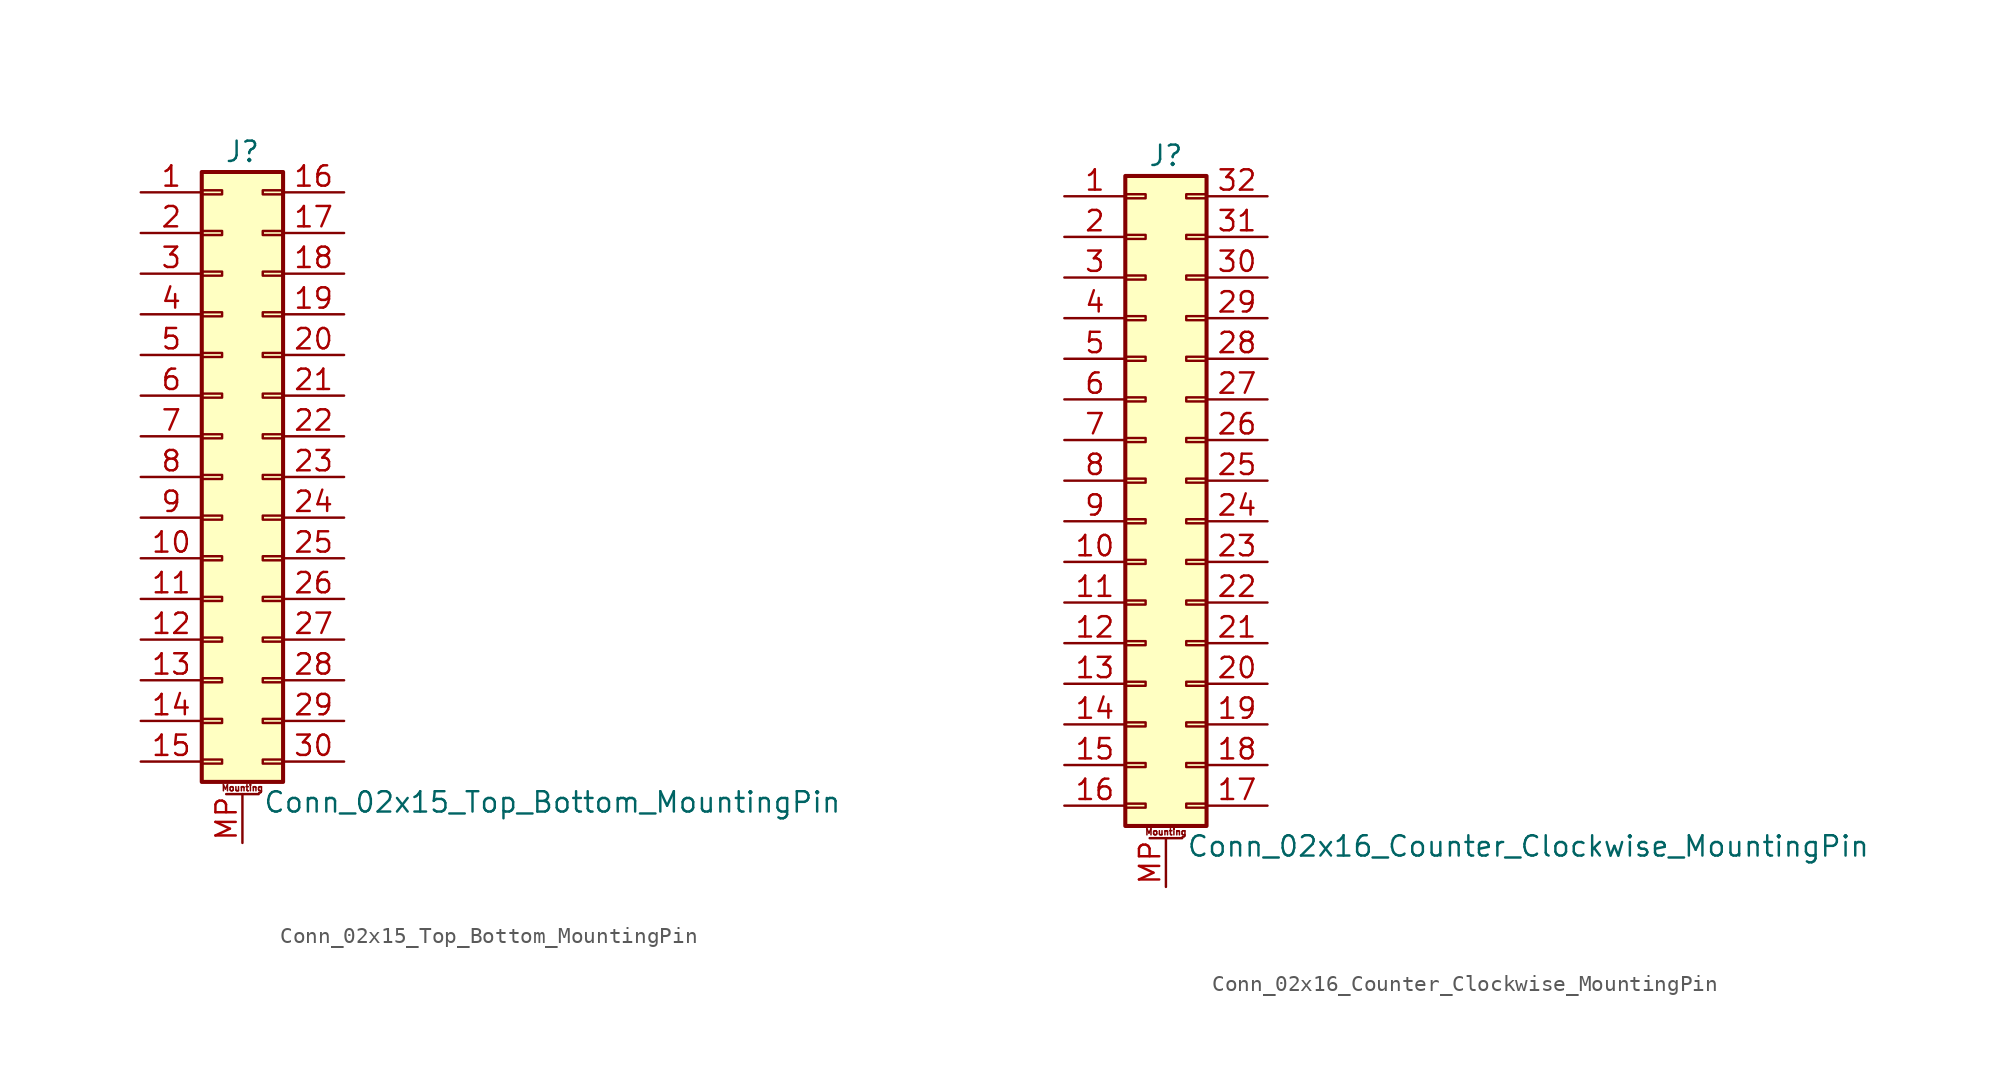
<source format=kicad_sym>
(kicad_symbol_lib
  (version 20211014)
  (generator kicad_symbol_editor)
  (symbol "Conn_02x15_Top_Bottom_MountingPin"
    (pin_names
      (offset 1.016) hide)
    (property "Reference" "J"
      (at 1.27 20.32 0)
      (effects (font (size 1.27 1.27))))
    (property "Value" "Conn_02x15_Top_Bottom_MountingPin"
      (at 2.54 -20.32 0)
      (effects (font (size 1.27 1.27)) (justify left)))
    (symbol "Conn_02x15_Top_Bottom_MountingPin_1_1"
      (rectangle (start -1.27 -17.653) (end 0 -17.907) (stroke (width 0.152) (type default) (color 0 0 0 0)) (fill (type none)))
      (rectangle (start -1.27 -15.113) (end 0 -15.367) (stroke (width 0.152) (type default) (color 0 0 0 0)) (fill (type none)))
      (rectangle (start -1.27 -12.573) (end 0 -12.827) (stroke (width 0.152) (type default) (color 0 0 0 0)) (fill (type none)))
      (rectangle (start -1.27 -10.033) (end 0 -10.287) (stroke (width 0.152) (type default) (color 0 0 0 0)) (fill (type none)))
      (rectangle (start -1.27 -7.493) (end 0 -7.747) (stroke (width 0.152) (type default) (color 0 0 0 0)) (fill (type none)))
      (rectangle (start -1.27 -4.953) (end 0 -5.207) (stroke (width 0.152) (type default) (color 0 0 0 0)) (fill (type none)))
      (rectangle (start -1.27 -2.413) (end 0 -2.667) (stroke (width 0.152) (type default) (color 0 0 0 0)) (fill (type none)))
      (rectangle (start -1.27 0.127) (end 0 -0.127) (stroke (width 0.152) (type default) (color 0 0 0 0)) (fill (type none)))
      (rectangle (start -1.27 2.667) (end 0 2.413) (stroke (width 0.152) (type default) (color 0 0 0 0)) (fill (type none)))
      (rectangle (start -1.27 5.207) (end 0 4.953) (stroke (width 0.152) (type default) (color 0 0 0 0)) (fill (type none)))
      (rectangle (start -1.27 7.747) (end 0 7.493) (stroke (width 0.152) (type default) (color 0 0 0 0)) (fill (type none)))
      (rectangle (start -1.27 10.287) (end 0 10.033) (stroke (width 0.152) (type default) (color 0 0 0 0)) (fill (type none)))
      (rectangle (start -1.27 12.827) (end 0 12.573) (stroke (width 0.152) (type default) (color 0 0 0 0)) (fill (type none)))
      (rectangle (start -1.27 15.367) (end 0 15.113) (stroke (width 0.152) (type default) (color 0 0 0 0)) (fill (type none)))
      (rectangle (start -1.27 17.907) (end 0 17.653) (stroke (width 0.152) (type default) (color 0 0 0 0)) (fill (type none)))
      (rectangle (start -1.27 19.05) (end 3.81 -19.05) (stroke (width 0.254) (type default) (color 0 0 0 0)) (fill (type background)))
      (polyline (pts (xy 0.254 -19.812) (xy 2.286 -19.812)) (stroke (width 0.152) (type default) (color 0 0 0 0)) (fill (type none)))
      (rectangle (start 3.81 -17.653) (end 2.54 -17.907) (stroke (width 0.152) (type default) (color 0 0 0 0)) (fill (type none)))
      (rectangle (start 3.81 -15.113) (end 2.54 -15.367) (stroke (width 0.152) (type default) (color 0 0 0 0)) (fill (type none)))
      (rectangle (start 3.81 -12.573) (end 2.54 -12.827) (stroke (width 0.152) (type default) (color 0 0 0 0)) (fill (type none)))
      (rectangle (start 3.81 -10.033) (end 2.54 -10.287) (stroke (width 0.152) (type default) (color 0 0 0 0)) (fill (type none)))
      (rectangle (start 3.81 -7.493) (end 2.54 -7.747) (stroke (width 0.152) (type default) (color 0 0 0 0)) (fill (type none)))
      (rectangle (start 3.81 -4.953) (end 2.54 -5.207) (stroke (width 0.152) (type default) (color 0 0 0 0)) (fill (type none)))
      (rectangle (start 3.81 -2.413) (end 2.54 -2.667) (stroke (width 0.152) (type default) (color 0 0 0 0)) (fill (type none)))
      (rectangle (start 3.81 0.127) (end 2.54 -0.127) (stroke (width 0.152) (type default) (color 0 0 0 0)) (fill (type none)))
      (rectangle (start 3.81 2.667) (end 2.54 2.413) (stroke (width 0.152) (type default) (color 0 0 0 0)) (fill (type none)))
      (rectangle (start 3.81 5.207) (end 2.54 4.953) (stroke (width 0.152) (type default) (color 0 0 0 0)) (fill (type none)))
      (rectangle (start 3.81 7.747) (end 2.54 7.493) (stroke (width 0.152) (type default) (color 0 0 0 0)) (fill (type none)))
      (rectangle (start 3.81 10.287) (end 2.54 10.033) (stroke (width 0.152) (type default) (color 0 0 0 0)) (fill (type none)))
      (rectangle (start 3.81 12.827) (end 2.54 12.573) (stroke (width 0.152) (type default) (color 0 0 0 0)) (fill (type none)))
      (rectangle (start 3.81 15.367) (end 2.54 15.113) (stroke (width 0.152) (type default) (color 0 0 0 0)) (fill (type none)))
      (rectangle (start 3.81 17.907) (end 2.54 17.653) (stroke (width 0.152) (type default) (color 0 0 0 0)) (fill (type none)))
      (text "Mounting" (at 1.27 -19.431 0) (effects (font (size 0.381 0.381))))
      (pin passive line (at -5.08 17.78 0) (length 3.81) (name "Pin_1" (effects (font (size 1.27 1.27)))) (number "1" (effects (font (size 1.27 1.27)))))
      (pin passive line (at -5.08 -5.08 0) (length 3.81) (name "Pin_10" (effects (font (size 1.27 1.27)))) (number "10" (effects (font (size 1.27 1.27)))))
      (pin passive line (at -5.08 -7.62 0) (length 3.81) (name "Pin_11" (effects (font (size 1.27 1.27)))) (number "11" (effects (font (size 1.27 1.27)))))
      (pin passive line (at -5.08 -10.16 0) (length 3.81) (name "Pin_12" (effects (font (size 1.27 1.27)))) (number "12" (effects (font (size 1.27 1.27)))))
      (pin passive line (at -5.08 -12.7 0) (length 3.81) (name "Pin_13" (effects (font (size 1.27 1.27)))) (number "13" (effects (font (size 1.27 1.27)))))
      (pin passive line (at -5.08 -15.24 0) (length 3.81) (name "Pin_14" (effects (font (size 1.27 1.27)))) (number "14" (effects (font (size 1.27 1.27)))))
      (pin passive line (at -5.08 -17.78 0) (length 3.81) (name "Pin_15" (effects (font (size 1.27 1.27)))) (number "15" (effects (font (size 1.27 1.27)))))
      (pin passive line (at 7.62 17.78 180) (length 3.81) (name "Pin_16" (effects (font (size 1.27 1.27)))) (number "16" (effects (font (size 1.27 1.27)))))
      (pin passive line (at 7.62 15.24 180) (length 3.81) (name "Pin_17" (effects (font (size 1.27 1.27)))) (number "17" (effects (font (size 1.27 1.27)))))
      (pin passive line (at 7.62 12.7 180) (length 3.81) (name "Pin_18" (effects (font (size 1.27 1.27)))) (number "18" (effects (font (size 1.27 1.27)))))
      (pin passive line (at 7.62 10.16 180) (length 3.81) (name "Pin_19" (effects (font (size 1.27 1.27)))) (number "19" (effects (font (size 1.27 1.27)))))
      (pin passive line (at -5.08 15.24 0) (length 3.81) (name "Pin_2" (effects (font (size 1.27 1.27)))) (number "2" (effects (font (size 1.27 1.27)))))
      (pin passive line (at 7.62 7.62 180) (length 3.81) (name "Pin_20" (effects (font (size 1.27 1.27)))) (number "20" (effects (font (size 1.27 1.27)))))
      (pin passive line (at 7.62 5.08 180) (length 3.81) (name "Pin_21" (effects (font (size 1.27 1.27)))) (number "21" (effects (font (size 1.27 1.27)))))
      (pin passive line (at 7.62 2.54 180) (length 3.81) (name "Pin_22" (effects (font (size 1.27 1.27)))) (number "22" (effects (font (size 1.27 1.27)))))
      (pin passive line (at 7.62 0 180) (length 3.81) (name "Pin_23" (effects (font (size 1.27 1.27)))) (number "23" (effects (font (size 1.27 1.27)))))
      (pin passive line (at 7.62 -2.54 180) (length 3.81) (name "Pin_24" (effects (font (size 1.27 1.27)))) (number "24" (effects (font (size 1.27 1.27)))))
      (pin passive line (at 7.62 -5.08 180) (length 3.81) (name "Pin_25" (effects (font (size 1.27 1.27)))) (number "25" (effects (font (size 1.27 1.27)))))
      (pin passive line (at 7.62 -7.62 180) (length 3.81) (name "Pin_26" (effects (font (size 1.27 1.27)))) (number "26" (effects (font (size 1.27 1.27)))))
      (pin passive line (at 7.62 -10.16 180) (length 3.81) (name "Pin_27" (effects (font (size 1.27 1.27)))) (number "27" (effects (font (size 1.27 1.27)))))
      (pin passive line (at 7.62 -12.7 180) (length 3.81) (name "Pin_28" (effects (font (size 1.27 1.27)))) (number "28" (effects (font (size 1.27 1.27)))))
      (pin passive line (at 7.62 -15.24 180) (length 3.81) (name "Pin_29" (effects (font (size 1.27 1.27)))) (number "29" (effects (font (size 1.27 1.27)))))
      (pin passive line (at -5.08 12.7 0) (length 3.81) (name "Pin_3" (effects (font (size 1.27 1.27)))) (number "3" (effects (font (size 1.27 1.27)))))
      (pin passive line (at 7.62 -17.78 180) (length 3.81) (name "Pin_30" (effects (font (size 1.27 1.27)))) (number "30" (effects (font (size 1.27 1.27)))))
      (pin passive line (at -5.08 10.16 0) (length 3.81) (name "Pin_4" (effects (font (size 1.27 1.27)))) (number "4" (effects (font (size 1.27 1.27)))))
      (pin passive line (at -5.08 7.62 0) (length 3.81) (name "Pin_5" (effects (font (size 1.27 1.27)))) (number "5" (effects (font (size 1.27 1.27)))))
      (pin passive line (at -5.08 5.08 0) (length 3.81) (name "Pin_6" (effects (font (size 1.27 1.27)))) (number "6" (effects (font (size 1.27 1.27)))))
      (pin passive line (at -5.08 2.54 0) (length 3.81) (name "Pin_7" (effects (font (size 1.27 1.27)))) (number "7" (effects (font (size 1.27 1.27)))))
      (pin passive line (at -5.08 0 0) (length 3.81) (name "Pin_8" (effects (font (size 1.27 1.27)))) (number "8" (effects (font (size 1.27 1.27)))))
      (pin passive line (at -5.08 -2.54 0) (length 3.81) (name "Pin_9" (effects (font (size 1.27 1.27)))) (number "9" (effects (font (size 1.27 1.27)))))
      (pin passive line (at 1.27 -22.86 90) (length 3.048) (name "MountPin" (effects (font (size 1.27 1.27)))) (number "MP" (effects (font (size 1.27 1.27)))))))
  (symbol "Conn_02x16_Counter_Clockwise_MountingPin"
    (pin_names
      (offset 1.016) hide)
    (property "Reference" "J"
      (at 1.27 20.32 0)
      (effects (font (size 1.27 1.27))))
    (property "Value" "Conn_02x16_Counter_Clockwise_MountingPin"
      (at 2.54 -22.86 0)
      (effects (font (size 1.27 1.27)) (justify left)))
    (symbol "Conn_02x16_Counter_Clockwise_MountingPin_1_1"
      (rectangle (start -1.27 -20.193) (end 0 -20.447) (stroke (width 0.152) (type default) (color 0 0 0 0)) (fill (type none)))
      (rectangle (start -1.27 -17.653) (end 0 -17.907) (stroke (width 0.152) (type default) (color 0 0 0 0)) (fill (type none)))
      (rectangle (start -1.27 -15.113) (end 0 -15.367) (stroke (width 0.152) (type default) (color 0 0 0 0)) (fill (type none)))
      (rectangle (start -1.27 -12.573) (end 0 -12.827) (stroke (width 0.152) (type default) (color 0 0 0 0)) (fill (type none)))
      (rectangle (start -1.27 -10.033) (end 0 -10.287) (stroke (width 0.152) (type default) (color 0 0 0 0)) (fill (type none)))
      (rectangle (start -1.27 -7.493) (end 0 -7.747) (stroke (width 0.152) (type default) (color 0 0 0 0)) (fill (type none)))
      (rectangle (start -1.27 -4.953) (end 0 -5.207) (stroke (width 0.152) (type default) (color 0 0 0 0)) (fill (type none)))
      (rectangle (start -1.27 -2.413) (end 0 -2.667) (stroke (width 0.152) (type default) (color 0 0 0 0)) (fill (type none)))
      (rectangle (start -1.27 0.127) (end 0 -0.127) (stroke (width 0.152) (type default) (color 0 0 0 0)) (fill (type none)))
      (rectangle (start -1.27 2.667) (end 0 2.413) (stroke (width 0.152) (type default) (color 0 0 0 0)) (fill (type none)))
      (rectangle (start -1.27 5.207) (end 0 4.953) (stroke (width 0.152) (type default) (color 0 0 0 0)) (fill (type none)))
      (rectangle (start -1.27 7.747) (end 0 7.493) (stroke (width 0.152) (type default) (color 0 0 0 0)) (fill (type none)))
      (rectangle (start -1.27 10.287) (end 0 10.033) (stroke (width 0.152) (type default) (color 0 0 0 0)) (fill (type none)))
      (rectangle (start -1.27 12.827) (end 0 12.573) (stroke (width 0.152) (type default) (color 0 0 0 0)) (fill (type none)))
      (rectangle (start -1.27 15.367) (end 0 15.113) (stroke (width 0.152) (type default) (color 0 0 0 0)) (fill (type none)))
      (rectangle (start -1.27 17.907) (end 0 17.653) (stroke (width 0.152) (type default) (color 0 0 0 0)) (fill (type none)))
      (rectangle (start -1.27 19.05) (end 3.81 -21.59) (stroke (width 0.254) (type default) (color 0 0 0 0)) (fill (type background)))
      (polyline (pts (xy 0.254 -22.352) (xy 2.286 -22.352)) (stroke (width 0.152) (type default) (color 0 0 0 0)) (fill (type none)))
      (rectangle (start 3.81 -20.193) (end 2.54 -20.447) (stroke (width 0.152) (type default) (color 0 0 0 0)) (fill (type none)))
      (rectangle (start 3.81 -17.653) (end 2.54 -17.907) (stroke (width 0.152) (type default) (color 0 0 0 0)) (fill (type none)))
      (rectangle (start 3.81 -15.113) (end 2.54 -15.367) (stroke (width 0.152) (type default) (color 0 0 0 0)) (fill (type none)))
      (rectangle (start 3.81 -12.573) (end 2.54 -12.827) (stroke (width 0.152) (type default) (color 0 0 0 0)) (fill (type none)))
      (rectangle (start 3.81 -10.033) (end 2.54 -10.287) (stroke (width 0.152) (type default) (color 0 0 0 0)) (fill (type none)))
      (rectangle (start 3.81 -7.493) (end 2.54 -7.747) (stroke (width 0.152) (type default) (color 0 0 0 0)) (fill (type none)))
      (rectangle (start 3.81 -4.953) (end 2.54 -5.207) (stroke (width 0.152) (type default) (color 0 0 0 0)) (fill (type none)))
      (rectangle (start 3.81 -2.413) (end 2.54 -2.667) (stroke (width 0.152) (type default) (color 0 0 0 0)) (fill (type none)))
      (rectangle (start 3.81 0.127) (end 2.54 -0.127) (stroke (width 0.152) (type default) (color 0 0 0 0)) (fill (type none)))
      (rectangle (start 3.81 2.667) (end 2.54 2.413) (stroke (width 0.152) (type default) (color 0 0 0 0)) (fill (type none)))
      (rectangle (start 3.81 5.207) (end 2.54 4.953) (stroke (width 0.152) (type default) (color 0 0 0 0)) (fill (type none)))
      (rectangle (start 3.81 7.747) (end 2.54 7.493) (stroke (width 0.152) (type default) (color 0 0 0 0)) (fill (type none)))
      (rectangle (start 3.81 10.287) (end 2.54 10.033) (stroke (width 0.152) (type default) (color 0 0 0 0)) (fill (type none)))
      (rectangle (start 3.81 12.827) (end 2.54 12.573) (stroke (width 0.152) (type default) (color 0 0 0 0)) (fill (type none)))
      (rectangle (start 3.81 15.367) (end 2.54 15.113) (stroke (width 0.152) (type default) (color 0 0 0 0)) (fill (type none)))
      (rectangle (start 3.81 17.907) (end 2.54 17.653) (stroke (width 0.152) (type default) (color 0 0 0 0)) (fill (type none)))
      (text "Mounting" (at 1.27 -21.971 0) (effects (font (size 0.381 0.381))))
      (pin passive line (at -5.08 17.78 0) (length 3.81) (name "Pin_1" (effects (font (size 1.27 1.27)))) (number "1" (effects (font (size 1.27 1.27)))))
      (pin passive line (at -5.08 -5.08 0) (length 3.81) (name "Pin_10" (effects (font (size 1.27 1.27)))) (number "10" (effects (font (size 1.27 1.27)))))
      (pin passive line (at -5.08 -7.62 0) (length 3.81) (name "Pin_11" (effects (font (size 1.27 1.27)))) (number "11" (effects (font (size 1.27 1.27)))))
      (pin passive line (at -5.08 -10.16 0) (length 3.81) (name "Pin_12" (effects (font (size 1.27 1.27)))) (number "12" (effects (font (size 1.27 1.27)))))
      (pin passive line (at -5.08 -12.7 0) (length 3.81) (name "Pin_13" (effects (font (size 1.27 1.27)))) (number "13" (effects (font (size 1.27 1.27)))))
      (pin passive line (at -5.08 -15.24 0) (length 3.81) (name "Pin_14" (effects (font (size 1.27 1.27)))) (number "14" (effects (font (size 1.27 1.27)))))
      (pin passive line (at -5.08 -17.78 0) (length 3.81) (name "Pin_15" (effects (font (size 1.27 1.27)))) (number "15" (effects (font (size 1.27 1.27)))))
      (pin passive line (at -5.08 -20.32 0) (length 3.81) (name "Pin_16" (effects (font (size 1.27 1.27)))) (number "16" (effects (font (size 1.27 1.27)))))
      (pin passive line (at 7.62 -20.32 180) (length 3.81) (name "Pin_17" (effects (font (size 1.27 1.27)))) (number "17" (effects (font (size 1.27 1.27)))))
      (pin passive line (at 7.62 -17.78 180) (length 3.81) (name "Pin_18" (effects (font (size 1.27 1.27)))) (number "18" (effects (font (size 1.27 1.27)))))
      (pin passive line (at 7.62 -15.24 180) (length 3.81) (name "Pin_19" (effects (font (size 1.27 1.27)))) (number "19" (effects (font (size 1.27 1.27)))))
      (pin passive line (at -5.08 15.24 0) (length 3.81) (name "Pin_2" (effects (font (size 1.27 1.27)))) (number "2" (effects (font (size 1.27 1.27)))))
      (pin passive line (at 7.62 -12.7 180) (length 3.81) (name "Pin_20" (effects (font (size 1.27 1.27)))) (number "20" (effects (font (size 1.27 1.27)))))
      (pin passive line (at 7.62 -10.16 180) (length 3.81) (name "Pin_21" (effects (font (size 1.27 1.27)))) (number "21" (effects (font (size 1.27 1.27)))))
      (pin passive line (at 7.62 -7.62 180) (length 3.81) (name "Pin_22" (effects (font (size 1.27 1.27)))) (number "22" (effects (font (size 1.27 1.27)))))
      (pin passive line (at 7.62 -5.08 180) (length 3.81) (name "Pin_23" (effects (font (size 1.27 1.27)))) (number "23" (effects (font (size 1.27 1.27)))))
      (pin passive line (at 7.62 -2.54 180) (length 3.81) (name "Pin_24" (effects (font (size 1.27 1.27)))) (number "24" (effects (font (size 1.27 1.27)))))
      (pin passive line (at 7.62 0 180) (length 3.81) (name "Pin_25" (effects (font (size 1.27 1.27)))) (number "25" (effects (font (size 1.27 1.27)))))
      (pin passive line (at 7.62 2.54 180) (length 3.81) (name "Pin_26" (effects (font (size 1.27 1.27)))) (number "26" (effects (font (size 1.27 1.27)))))
      (pin passive line (at 7.62 5.08 180) (length 3.81) (name "Pin_27" (effects (font (size 1.27 1.27)))) (number "27" (effects (font (size 1.27 1.27)))))
      (pin passive line (at 7.62 7.62 180) (length 3.81) (name "Pin_28" (effects (font (size 1.27 1.27)))) (number "28" (effects (font (size 1.27 1.27)))))
      (pin passive line (at 7.62 10.16 180) (length 3.81) (name "Pin_29" (effects (font (size 1.27 1.27)))) (number "29" (effects (font (size 1.27 1.27)))))
      (pin passive line (at -5.08 12.7 0) (length 3.81) (name "Pin_3" (effects (font (size 1.27 1.27)))) (number "3" (effects (font (size 1.27 1.27)))))
      (pin passive line (at 7.62 12.7 180) (length 3.81) (name "Pin_30" (effects (font (size 1.27 1.27)))) (number "30" (effects (font (size 1.27 1.27)))))
      (pin passive line (at 7.62 15.24 180) (length 3.81) (name "Pin_31" (effects (font (size 1.27 1.27)))) (number "31" (effects (font (size 1.27 1.27)))))
      (pin passive line (at 7.62 17.78 180) (length 3.81) (name "Pin_32" (effects (font (size 1.27 1.27)))) (number "32" (effects (font (size 1.27 1.27)))))
      (pin passive line (at -5.08 10.16 0) (length 3.81) (name "Pin_4" (effects (font (size 1.27 1.27)))) (number "4" (effects (font (size 1.27 1.27)))))
      (pin passive line (at -5.08 7.62 0) (length 3.81) (name "Pin_5" (effects (font (size 1.27 1.27)))) (number "5" (effects (font (size 1.27 1.27)))))
      (pin passive line (at -5.08 5.08 0) (length 3.81) (name "Pin_6" (effects (font (size 1.27 1.27)))) (number "6" (effects (font (size 1.27 1.27)))))
      (pin passive line (at -5.08 2.54 0) (length 3.81) (name "Pin_7" (effects (font (size 1.27 1.27)))) (number "7" (effects (font (size 1.27 1.27)))))
      (pin passive line (at -5.08 0 0) (length 3.81) (name "Pin_8" (effects (font (size 1.27 1.27)))) (number "8" (effects (font (size 1.27 1.27)))))
      (pin passive line (at -5.08 -2.54 0) (length 3.81) (name "Pin_9" (effects (font (size 1.27 1.27)))) (number "9" (effects (font (size 1.27 1.27)))))
      (pin passive line (at 1.27 -25.4 90) (length 3.048) (name "MountPin" (effects (font (size 1.27 1.27)))) (number "MP" (effects (font (size 1.27 1.27))))))))
</source>
